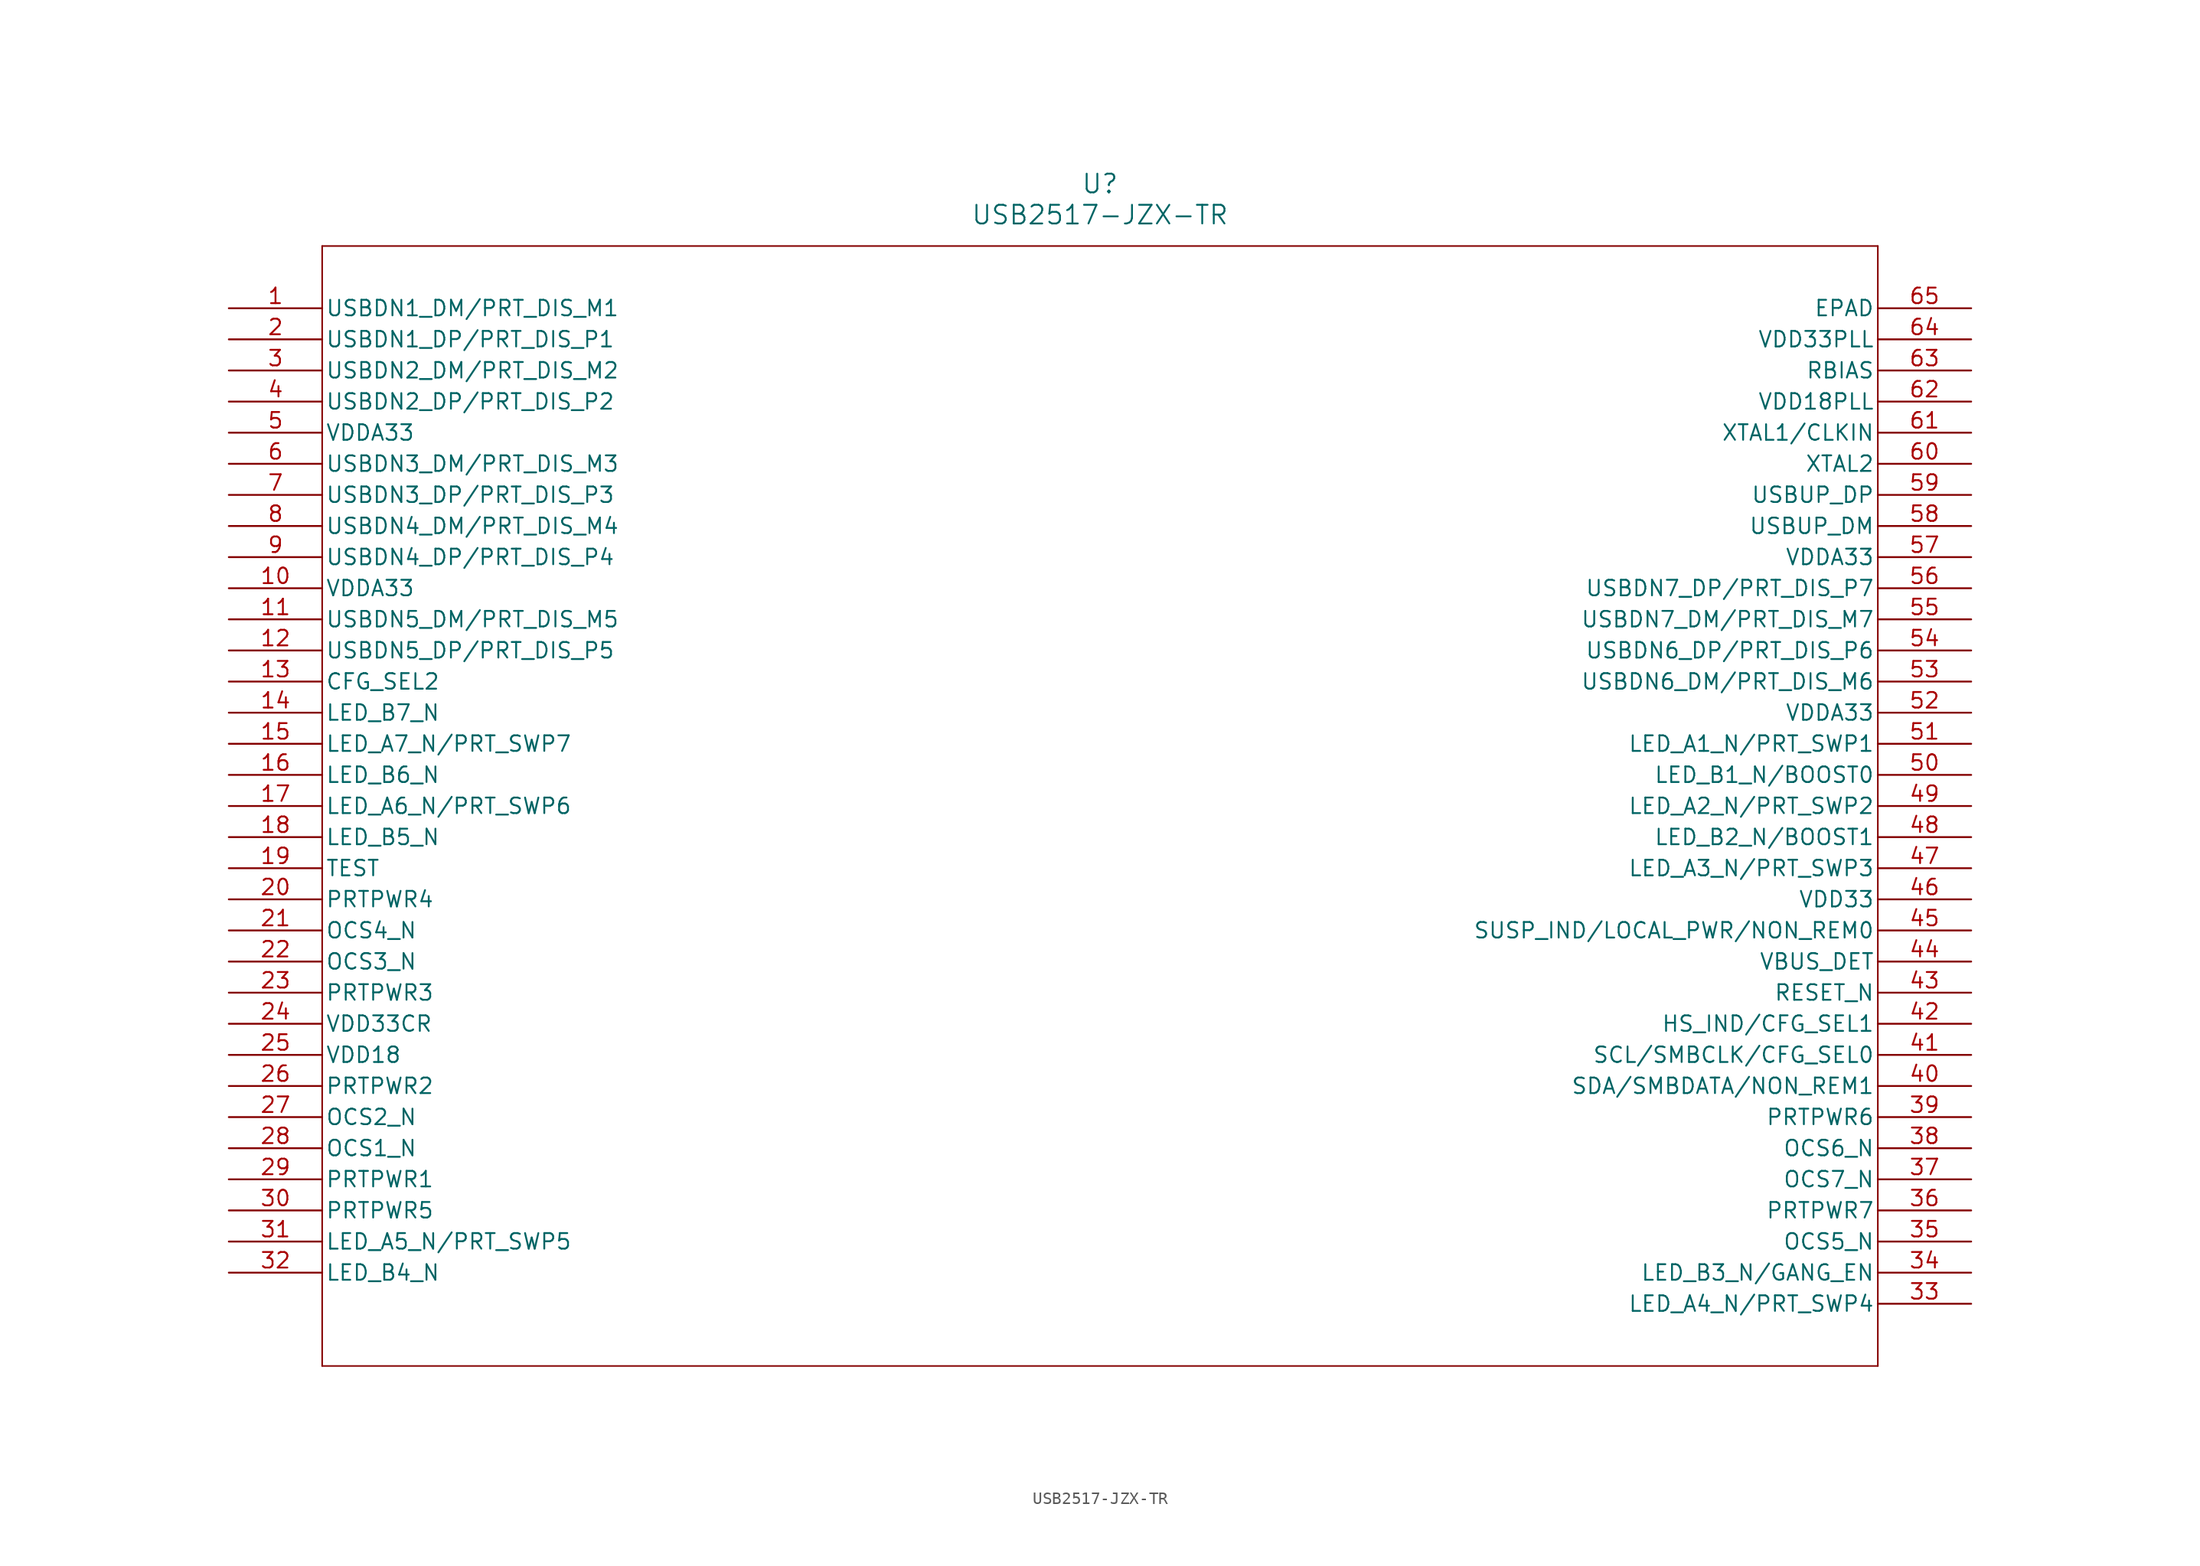
<source format=kicad_sym>
(kicad_symbol_lib
  (version 20211014)
  (generator kicad_symbol_editor)
  (symbol "USB2517-JZX-TR"
    (pin_names
      (offset 0.254))
    (property "Reference" "U"
      (at 71.12 10.16 0)
      (effects (font (size 1.524 1.524))))
    (property "Value" "USB2517-JZX-TR"
      (at 71.12 7.62 0)
      (effects (font (size 1.524 1.524))))
    (symbol "USB2517-JZX-TR_0_1"
      (polyline (pts (xy 7.62 5.08) (xy 7.62 -86.36)) (stroke (width 0.127) (type default) (color 0 0 0 0)) (fill (type none)))
      (polyline (pts (xy 7.62 -86.36) (xy 134.62 -86.36)) (stroke (width 0.127) (type default) (color 0 0 0 0)) (fill (type none)))
      (polyline (pts (xy 134.62 -86.36) (xy 134.62 5.08)) (stroke (width 0.127) (type default) (color 0 0 0 0)) (fill (type none)))
      (polyline (pts (xy 134.62 5.08) (xy 7.62 5.08)) (stroke (width 0.127) (type default) (color 0 0 0 0)) (fill (type none)))
      (pin bidirectional line (at 0 0 0) (length 7.62) (name "USBDN1_DM/PRT_DIS_M1" (effects (font (size 1.27 1.27)))) (number "1" (effects (font (size 1.27 1.27)))))
      (pin bidirectional line (at 0 -2.54 0) (length 7.62) (name "USBDN1_DP/PRT_DIS_P1" (effects (font (size 1.27 1.27)))) (number "2" (effects (font (size 1.27 1.27)))))
      (pin bidirectional line (at 0 -5.08 0) (length 7.62) (name "USBDN2_DM/PRT_DIS_M2" (effects (font (size 1.27 1.27)))) (number "3" (effects (font (size 1.27 1.27)))))
      (pin bidirectional line (at 0 -7.62 0) (length 7.62) (name "USBDN2_DP/PRT_DIS_P2" (effects (font (size 1.27 1.27)))) (number "4" (effects (font (size 1.27 1.27)))))
      (pin power_in line (at 0 -10.16 0) (length 7.62) (name "VDDA33" (effects (font (size 1.27 1.27)))) (number "5" (effects (font (size 1.27 1.27)))))
      (pin bidirectional line (at 0 -12.7 0) (length 7.62) (name "USBDN3_DM/PRT_DIS_M3" (effects (font (size 1.27 1.27)))) (number "6" (effects (font (size 1.27 1.27)))))
      (pin bidirectional line (at 0 -15.24 0) (length 7.62) (name "USBDN3_DP/PRT_DIS_P3" (effects (font (size 1.27 1.27)))) (number "7" (effects (font (size 1.27 1.27)))))
      (pin bidirectional line (at 0 -17.78 0) (length 7.62) (name "USBDN4_DM/PRT_DIS_M4" (effects (font (size 1.27 1.27)))) (number "8" (effects (font (size 1.27 1.27)))))
      (pin bidirectional line (at 0 -20.32 0) (length 7.62) (name "USBDN4_DP/PRT_DIS_P4" (effects (font (size 1.27 1.27)))) (number "9" (effects (font (size 1.27 1.27)))))
      (pin power_in line (at 0 -22.86 0) (length 7.62) (name "VDDA33" (effects (font (size 1.27 1.27)))) (number "10" (effects (font (size 1.27 1.27)))))
      (pin bidirectional line (at 0 -25.4 0) (length 7.62) (name "USBDN5_DM/PRT_DIS_M5" (effects (font (size 1.27 1.27)))) (number "11" (effects (font (size 1.27 1.27)))))
      (pin bidirectional line (at 0 -27.94 0) (length 7.62) (name "USBDN5_DP/PRT_DIS_P5" (effects (font (size 1.27 1.27)))) (number "12" (effects (font (size 1.27 1.27)))))
      (pin bidirectional line (at 0 -30.48 0) (length 7.62) (name "CFG_SEL2" (effects (font (size 1.27 1.27)))) (number "13" (effects (font (size 1.27 1.27)))))
      (pin bidirectional line (at 0 -33.02 0) (length 7.62) (name "LED_B7_N" (effects (font (size 1.27 1.27)))) (number "14" (effects (font (size 1.27 1.27)))))
      (pin bidirectional line (at 0 -35.56 0) (length 7.62) (name "LED_A7_N/PRT_SWP7" (effects (font (size 1.27 1.27)))) (number "15" (effects (font (size 1.27 1.27)))))
      (pin bidirectional line (at 0 -38.1 0) (length 7.62) (name "LED_B6_N" (effects (font (size 1.27 1.27)))) (number "16" (effects (font (size 1.27 1.27)))))
      (pin bidirectional line (at 0 -40.64 0) (length 7.62) (name "LED_A6_N/PRT_SWP6" (effects (font (size 1.27 1.27)))) (number "17" (effects (font (size 1.27 1.27)))))
      (pin bidirectional line (at 0 -43.18 0) (length 7.62) (name "LED_B5_N" (effects (font (size 1.27 1.27)))) (number "18" (effects (font (size 1.27 1.27)))))
      (pin bidirectional line (at 0 -45.72 0) (length 7.62) (name "TEST" (effects (font (size 1.27 1.27)))) (number "19" (effects (font (size 1.27 1.27)))))
      (pin bidirectional line (at 0 -48.26 0) (length 7.62) (name "PRTPWR4" (effects (font (size 1.27 1.27)))) (number "20" (effects (font (size 1.27 1.27)))))
      (pin bidirectional line (at 0 -50.8 0) (length 7.62) (name "OCS4_N" (effects (font (size 1.27 1.27)))) (number "21" (effects (font (size 1.27 1.27)))))
      (pin bidirectional line (at 0 -53.34 0) (length 7.62) (name "OCS3_N" (effects (font (size 1.27 1.27)))) (number "22" (effects (font (size 1.27 1.27)))))
      (pin bidirectional line (at 0 -55.88 0) (length 7.62) (name "PRTPWR3" (effects (font (size 1.27 1.27)))) (number "23" (effects (font (size 1.27 1.27)))))
      (pin power_in line (at 0 -58.42 0) (length 7.62) (name "VDD33CR" (effects (font (size 1.27 1.27)))) (number "24" (effects (font (size 1.27 1.27)))))
      (pin power_in line (at 0 -60.96 0) (length 7.62) (name "VDD18" (effects (font (size 1.27 1.27)))) (number "25" (effects (font (size 1.27 1.27)))))
      (pin bidirectional line (at 0 -63.5 0) (length 7.62) (name "PRTPWR2" (effects (font (size 1.27 1.27)))) (number "26" (effects (font (size 1.27 1.27)))))
      (pin bidirectional line (at 0 -66.04 0) (length 7.62) (name "OCS2_N" (effects (font (size 1.27 1.27)))) (number "27" (effects (font (size 1.27 1.27)))))
      (pin bidirectional line (at 0 -68.58 0) (length 7.62) (name "OCS1_N" (effects (font (size 1.27 1.27)))) (number "28" (effects (font (size 1.27 1.27)))))
      (pin bidirectional line (at 0 -71.12 0) (length 7.62) (name "PRTPWR1" (effects (font (size 1.27 1.27)))) (number "29" (effects (font (size 1.27 1.27)))))
      (pin bidirectional line (at 0 -73.66 0) (length 7.62) (name "PRTPWR5" (effects (font (size 1.27 1.27)))) (number "30" (effects (font (size 1.27 1.27)))))
      (pin bidirectional line (at 0 -76.2 0) (length 7.62) (name "LED_A5_N/PRT_SWP5" (effects (font (size 1.27 1.27)))) (number "31" (effects (font (size 1.27 1.27)))))
      (pin bidirectional line (at 0 -78.74 0) (length 7.62) (name "LED_B4_N" (effects (font (size 1.27 1.27)))) (number "32" (effects (font (size 1.27 1.27)))))
      (pin bidirectional line (at 142.24 -81.28 180) (length 7.62) (name "LED_A4_N/PRT_SWP4" (effects (font (size 1.27 1.27)))) (number "33" (effects (font (size 1.27 1.27)))))
      (pin bidirectional line (at 142.24 -78.74 180) (length 7.62) (name "LED_B3_N/GANG_EN" (effects (font (size 1.27 1.27)))) (number "34" (effects (font (size 1.27 1.27)))))
      (pin bidirectional line (at 142.24 -76.2 180) (length 7.62) (name "OCS5_N" (effects (font (size 1.27 1.27)))) (number "35" (effects (font (size 1.27 1.27)))))
      (pin bidirectional line (at 142.24 -73.66 180) (length 7.62) (name "PRTPWR7" (effects (font (size 1.27 1.27)))) (number "36" (effects (font (size 1.27 1.27)))))
      (pin bidirectional line (at 142.24 -71.12 180) (length 7.62) (name "OCS7_N" (effects (font (size 1.27 1.27)))) (number "37" (effects (font (size 1.27 1.27)))))
      (pin bidirectional line (at 142.24 -68.58 180) (length 7.62) (name "OCS6_N" (effects (font (size 1.27 1.27)))) (number "38" (effects (font (size 1.27 1.27)))))
      (pin bidirectional line (at 142.24 -66.04 180) (length 7.62) (name "PRTPWR6" (effects (font (size 1.27 1.27)))) (number "39" (effects (font (size 1.27 1.27)))))
      (pin bidirectional line (at 142.24 -63.5 180) (length 7.62) (name "SDA/SMBDATA/NON_REM1" (effects (font (size 1.27 1.27)))) (number "40" (effects (font (size 1.27 1.27)))))
      (pin bidirectional line (at 142.24 -60.96 180) (length 7.62) (name "SCL/SMBCLK/CFG_SEL0" (effects (font (size 1.27 1.27)))) (number "41" (effects (font (size 1.27 1.27)))))
      (pin bidirectional line (at 142.24 -58.42 180) (length 7.62) (name "HS_IND/CFG_SEL1" (effects (font (size 1.27 1.27)))) (number "42" (effects (font (size 1.27 1.27)))))
      (pin bidirectional line (at 142.24 -55.88 180) (length 7.62) (name "RESET_N" (effects (font (size 1.27 1.27)))) (number "43" (effects (font (size 1.27 1.27)))))
      (pin bidirectional line (at 142.24 -53.34 180) (length 7.62) (name "VBUS_DET" (effects (font (size 1.27 1.27)))) (number "44" (effects (font (size 1.27 1.27)))))
      (pin bidirectional line (at 142.24 -50.8 180) (length 7.62) (name "SUSP_IND/LOCAL_PWR/NON_REM0" (effects (font (size 1.27 1.27)))) (number "45" (effects (font (size 1.27 1.27)))))
      (pin power_in line (at 142.24 -48.26 180) (length 7.62) (name "VDD33" (effects (font (size 1.27 1.27)))) (number "46" (effects (font (size 1.27 1.27)))))
      (pin bidirectional line (at 142.24 -45.72 180) (length 7.62) (name "LED_A3_N/PRT_SWP3" (effects (font (size 1.27 1.27)))) (number "47" (effects (font (size 1.27 1.27)))))
      (pin bidirectional line (at 142.24 -43.18 180) (length 7.62) (name "LED_B2_N/BOOST1" (effects (font (size 1.27 1.27)))) (number "48" (effects (font (size 1.27 1.27)))))
      (pin bidirectional line (at 142.24 -40.64 180) (length 7.62) (name "LED_A2_N/PRT_SWP2" (effects (font (size 1.27 1.27)))) (number "49" (effects (font (size 1.27 1.27)))))
      (pin bidirectional line (at 142.24 -38.1 180) (length 7.62) (name "LED_B1_N/BOOST0" (effects (font (size 1.27 1.27)))) (number "50" (effects (font (size 1.27 1.27)))))
      (pin bidirectional line (at 142.24 -35.56 180) (length 7.62) (name "LED_A1_N/PRT_SWP1" (effects (font (size 1.27 1.27)))) (number "51" (effects (font (size 1.27 1.27)))))
      (pin power_in line (at 142.24 -33.02 180) (length 7.62) (name "VDDA33" (effects (font (size 1.27 1.27)))) (number "52" (effects (font (size 1.27 1.27)))))
      (pin bidirectional line (at 142.24 -30.48 180) (length 7.62) (name "USBDN6_DM/PRT_DIS_M6" (effects (font (size 1.27 1.27)))) (number "53" (effects (font (size 1.27 1.27)))))
      (pin bidirectional line (at 142.24 -27.94 180) (length 7.62) (name "USBDN6_DP/PRT_DIS_P6" (effects (font (size 1.27 1.27)))) (number "54" (effects (font (size 1.27 1.27)))))
      (pin bidirectional line (at 142.24 -25.4 180) (length 7.62) (name "USBDN7_DM/PRT_DIS_M7" (effects (font (size 1.27 1.27)))) (number "55" (effects (font (size 1.27 1.27)))))
      (pin bidirectional line (at 142.24 -22.86 180) (length 7.62) (name "USBDN7_DP/PRT_DIS_P7" (effects (font (size 1.27 1.27)))) (number "56" (effects (font (size 1.27 1.27)))))
      (pin power_in line (at 142.24 -20.32 180) (length 7.62) (name "VDDA33" (effects (font (size 1.27 1.27)))) (number "57" (effects (font (size 1.27 1.27)))))
      (pin bidirectional line (at 142.24 -17.78 180) (length 7.62) (name "USBUP_DM" (effects (font (size 1.27 1.27)))) (number "58" (effects (font (size 1.27 1.27)))))
      (pin bidirectional line (at 142.24 -15.24 180) (length 7.62) (name "USBUP_DP" (effects (font (size 1.27 1.27)))) (number "59" (effects (font (size 1.27 1.27)))))
      (pin bidirectional line (at 142.24 -12.7 180) (length 7.62) (name "XTAL2" (effects (font (size 1.27 1.27)))) (number "60" (effects (font (size 1.27 1.27)))))
      (pin bidirectional line (at 142.24 -10.16 180) (length 7.62) (name "XTAL1/CLKIN" (effects (font (size 1.27 1.27)))) (number "61" (effects (font (size 1.27 1.27)))))
      (pin power_in line (at 142.24 -7.62 180) (length 7.62) (name "VDD18PLL" (effects (font (size 1.27 1.27)))) (number "62" (effects (font (size 1.27 1.27)))))
      (pin bidirectional line (at 142.24 -5.08 180) (length 7.62) (name "RBIAS" (effects (font (size 1.27 1.27)))) (number "63" (effects (font (size 1.27 1.27)))))
      (pin power_in line (at 142.24 -2.54 180) (length 7.62) (name "VDD33PLL" (effects (font (size 1.27 1.27)))) (number "64" (effects (font (size 1.27 1.27)))))
      (pin unspecified line (at 142.24 0 180) (length 7.62) (name "EPAD" (effects (font (size 1.27 1.27)))) (number "65" (effects (font (size 1.27 1.27))))))))
</source>
